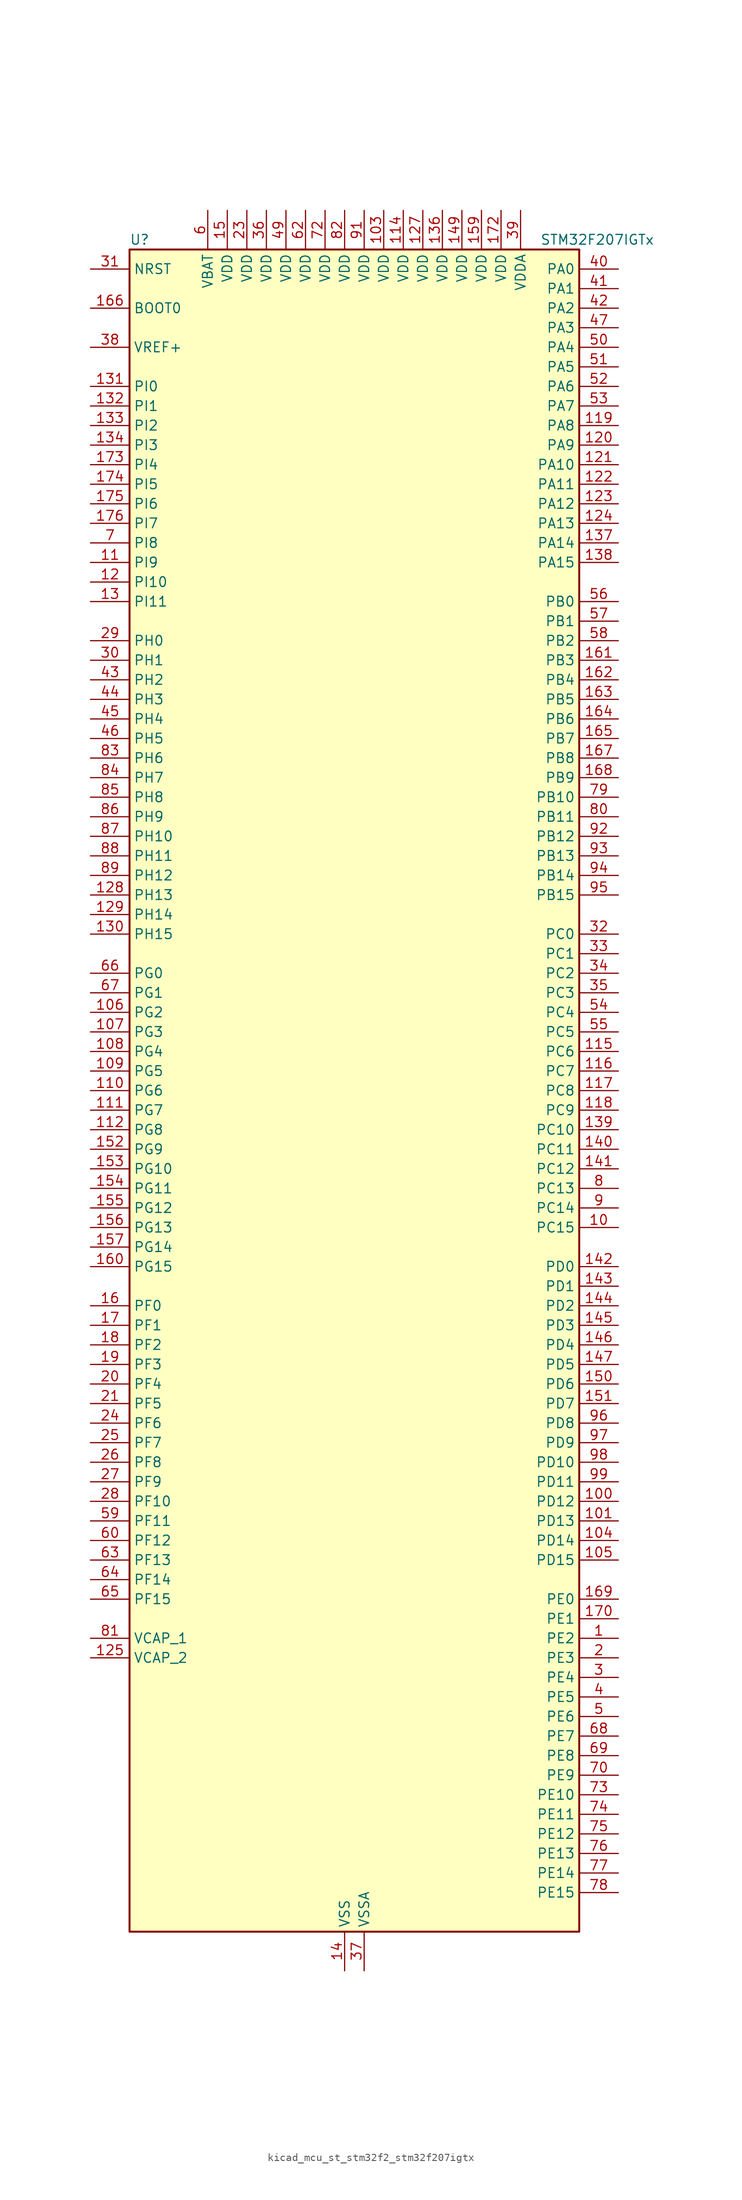
<source format=kicad_sym>
(kicad_symbol_lib
  (version 20220914)
  (generator kicad_symbol_editor)
  (symbol "kicad_mcu_st_stm32f2_stm32f207igtx"
    (property "Reference" "U"
      (at -27.94 110.49 0)
      (effects (font (size 1.27 1.27)) (justify left)))
    (property "Value" "STM32F207IGTx"
      (at 25.4 110.49 0)
      (effects (font (size 1.27 1.27)) (justify left)))
    (property "ki_locked" ""
      (at 0 0 0)
      (effects (font (size 1.27 1.27))))
    (symbol "kicad_mcu_st_stm32f2_stm32f207igtx_0_1"
      (rectangle (start -27.94 -109.22) (end 30.48 109.22) (stroke (width 0.254) (type default)) (fill (type background))))
    (symbol "kicad_mcu_st_stm32f2_stm32f207igtx_1_1"
      (pin bidirectional line (at 35.56 -71.12 180) (length 5.08) (name "PE2" (effects (font (size 1.27 1.27)))) (number "1" (effects (font (size 1.27 1.27)))) (alternate "ETH_TXD3" bidirectional line) (alternate "FSMC_A23" bidirectional line) (alternate "SYS_TRACECLK" bidirectional line))
      (pin bidirectional line (at 35.56 -17.78 180) (length 5.08) (name "PC15" (effects (font (size 1.27 1.27)))) (number "10" (effects (font (size 1.27 1.27)))) (alternate "ADC1_EXTI15" bidirectional line) (alternate "ADC2_EXTI15" bidirectional line) (alternate "ADC3_EXTI15" bidirectional line) (alternate "RCC_OSC32_OUT" bidirectional line))
      (pin bidirectional line (at 35.56 -53.34 180) (length 5.08) (name "PD12" (effects (font (size 1.27 1.27)))) (number "100" (effects (font (size 1.27 1.27)))) (alternate "FSMC_A17" bidirectional line) (alternate "FSMC_ALE" bidirectional line) (alternate "TIM4_CH1" bidirectional line) (alternate "USART3_RTS" bidirectional line))
      (pin bidirectional line (at 35.56 -55.88 180) (length 5.08) (name "PD13" (effects (font (size 1.27 1.27)))) (number "101" (effects (font (size 1.27 1.27)))) (alternate "FSMC_A18" bidirectional line) (alternate "TIM4_CH2" bidirectional line))
      (pin passive line (at 0 -114.3 90) (length 5.08) hide (name "VSS" (effects (font (size 1.27 1.27)))) (number "102" (effects (font (size 1.27 1.27)))))
      (pin power_in line (at 5.08 114.3 270) (length 5.08) (name "VDD" (effects (font (size 1.27 1.27)))) (number "103" (effects (font (size 1.27 1.27)))))
      (pin bidirectional line (at 35.56 -58.42 180) (length 5.08) (name "PD14" (effects (font (size 1.27 1.27)))) (number "104" (effects (font (size 1.27 1.27)))) (alternate "FSMC_D0" bidirectional line) (alternate "FSMC_DA0" bidirectional line) (alternate "TIM4_CH3" bidirectional line))
      (pin bidirectional line (at 35.56 -60.96 180) (length 5.08) (name "PD15" (effects (font (size 1.27 1.27)))) (number "105" (effects (font (size 1.27 1.27)))) (alternate "ADC1_EXTI15" bidirectional line) (alternate "ADC2_EXTI15" bidirectional line) (alternate "ADC3_EXTI15" bidirectional line) (alternate "FSMC_D1" bidirectional line) (alternate "FSMC_DA1" bidirectional line) (alternate "TIM4_CH4" bidirectional line))
      (pin bidirectional line (at -33.02 10.16 0) (length 5.08) (name "PG2" (effects (font (size 1.27 1.27)))) (number "106" (effects (font (size 1.27 1.27)))) (alternate "FSMC_A12" bidirectional line))
      (pin bidirectional line (at -33.02 7.62 0) (length 5.08) (name "PG3" (effects (font (size 1.27 1.27)))) (number "107" (effects (font (size 1.27 1.27)))) (alternate "FSMC_A13" bidirectional line))
      (pin bidirectional line (at -33.02 5.08 0) (length 5.08) (name "PG4" (effects (font (size 1.27 1.27)))) (number "108" (effects (font (size 1.27 1.27)))) (alternate "FSMC_A14" bidirectional line))
      (pin bidirectional line (at -33.02 2.54 0) (length 5.08) (name "PG5" (effects (font (size 1.27 1.27)))) (number "109" (effects (font (size 1.27 1.27)))) (alternate "FSMC_A15" bidirectional line))
      (pin bidirectional line (at -33.02 68.58 0) (length 5.08) (name "PI9" (effects (font (size 1.27 1.27)))) (number "11" (effects (font (size 1.27 1.27)))) (alternate "CAN1_RX" bidirectional line) (alternate "DAC_EXTI9" bidirectional line))
      (pin bidirectional line (at -33.02 0 0) (length 5.08) (name "PG6" (effects (font (size 1.27 1.27)))) (number "110" (effects (font (size 1.27 1.27)))) (alternate "FSMC_INT2" bidirectional line))
      (pin bidirectional line (at -33.02 -2.54 0) (length 5.08) (name "PG7" (effects (font (size 1.27 1.27)))) (number "111" (effects (font (size 1.27 1.27)))) (alternate "FSMC_INT3" bidirectional line) (alternate "USART6_CK" bidirectional line))
      (pin bidirectional line (at -33.02 -5.08 0) (length 5.08) (name "PG8" (effects (font (size 1.27 1.27)))) (number "112" (effects (font (size 1.27 1.27)))) (alternate "ETH_PPS_OUT" bidirectional line) (alternate "USART6_RTS" bidirectional line))
      (pin passive line (at 0 -114.3 90) (length 5.08) hide (name "VSS" (effects (font (size 1.27 1.27)))) (number "113" (effects (font (size 1.27 1.27)))))
      (pin power_in line (at 7.62 114.3 270) (length 5.08) (name "VDD" (effects (font (size 1.27 1.27)))) (number "114" (effects (font (size 1.27 1.27)))))
      (pin bidirectional line (at 35.56 5.08 180) (length 5.08) (name "PC6" (effects (font (size 1.27 1.27)))) (number "115" (effects (font (size 1.27 1.27)))) (alternate "DCMI_D0" bidirectional line) (alternate "I2S2_MCK" bidirectional line) (alternate "SDIO_D6" bidirectional line) (alternate "TIM3_CH1" bidirectional line) (alternate "TIM8_CH1" bidirectional line) (alternate "USART6_TX" bidirectional line))
      (pin bidirectional line (at 35.56 2.54 180) (length 5.08) (name "PC7" (effects (font (size 1.27 1.27)))) (number "116" (effects (font (size 1.27 1.27)))) (alternate "DCMI_D1" bidirectional line) (alternate "I2S3_MCK" bidirectional line) (alternate "SDIO_D7" bidirectional line) (alternate "TIM3_CH2" bidirectional line) (alternate "TIM8_CH2" bidirectional line) (alternate "USART6_RX" bidirectional line))
      (pin bidirectional line (at 35.56 0 180) (length 5.08) (name "PC8" (effects (font (size 1.27 1.27)))) (number "117" (effects (font (size 1.27 1.27)))) (alternate "DCMI_D2" bidirectional line) (alternate "SDIO_D0" bidirectional line) (alternate "TIM3_CH3" bidirectional line) (alternate "TIM8_CH3" bidirectional line) (alternate "USART6_CK" bidirectional line))
      (pin bidirectional line (at 35.56 -2.54 180) (length 5.08) (name "PC9" (effects (font (size 1.27 1.27)))) (number "118" (effects (font (size 1.27 1.27)))) (alternate "DAC_EXTI9" bidirectional line) (alternate "DCMI_D3" bidirectional line) (alternate "I2C3_SDA" bidirectional line) (alternate "I2S_CKIN" bidirectional line) (alternate "RCC_MCO_2" bidirectional line) (alternate "SDIO_D1" bidirectional line) (alternate "TIM3_CH4" bidirectional line) (alternate "TIM8_CH4" bidirectional line))
      (pin bidirectional line (at 35.56 86.36 180) (length 5.08) (name "PA8" (effects (font (size 1.27 1.27)))) (number "119" (effects (font (size 1.27 1.27)))) (alternate "I2C3_SCL" bidirectional line) (alternate "RCC_MCO_1" bidirectional line) (alternate "TIM1_CH1" bidirectional line) (alternate "USART1_CK" bidirectional line) (alternate "USB_OTG_FS_SOF" bidirectional line))
      (pin bidirectional line (at -33.02 66.04 0) (length 5.08) (name "PI10" (effects (font (size 1.27 1.27)))) (number "12" (effects (font (size 1.27 1.27)))) (alternate "ETH_RX_ER" bidirectional line))
      (pin bidirectional line (at 35.56 83.82 180) (length 5.08) (name "PA9" (effects (font (size 1.27 1.27)))) (number "120" (effects (font (size 1.27 1.27)))) (alternate "DAC_EXTI9" bidirectional line) (alternate "DCMI_D0" bidirectional line) (alternate "I2C3_SMBA" bidirectional line) (alternate "TIM1_CH2" bidirectional line) (alternate "USART1_TX" bidirectional line) (alternate "USB_OTG_FS_VBUS" bidirectional line))
      (pin bidirectional line (at 35.56 81.28 180) (length 5.08) (name "PA10" (effects (font (size 1.27 1.27)))) (number "121" (effects (font (size 1.27 1.27)))) (alternate "DCMI_D1" bidirectional line) (alternate "TIM1_CH3" bidirectional line) (alternate "USART1_RX" bidirectional line) (alternate "USB_OTG_FS_ID" bidirectional line))
      (pin bidirectional line (at 35.56 78.74 180) (length 5.08) (name "PA11" (effects (font (size 1.27 1.27)))) (number "122" (effects (font (size 1.27 1.27)))) (alternate "ADC1_EXTI11" bidirectional line) (alternate "ADC2_EXTI11" bidirectional line) (alternate "ADC3_EXTI11" bidirectional line) (alternate "CAN1_RX" bidirectional line) (alternate "TIM1_CH4" bidirectional line) (alternate "USART1_CTS" bidirectional line) (alternate "USB_OTG_FS_DM" bidirectional line))
      (pin bidirectional line (at 35.56 76.2 180) (length 5.08) (name "PA12" (effects (font (size 1.27 1.27)))) (number "123" (effects (font (size 1.27 1.27)))) (alternate "CAN1_TX" bidirectional line) (alternate "TIM1_ETR" bidirectional line) (alternate "USART1_RTS" bidirectional line) (alternate "USB_OTG_FS_DP" bidirectional line))
      (pin bidirectional line (at 35.56 73.66 180) (length 5.08) (name "PA13" (effects (font (size 1.27 1.27)))) (number "124" (effects (font (size 1.27 1.27)))) (alternate "SYS_JTMS-SWDIO" bidirectional line))
      (pin power_out line (at -33.02 -73.66 0) (length 5.08) (name "VCAP_2" (effects (font (size 1.27 1.27)))) (number "125" (effects (font (size 1.27 1.27)))))
      (pin passive line (at 0 -114.3 90) (length 5.08) hide (name "VSS" (effects (font (size 1.27 1.27)))) (number "126" (effects (font (size 1.27 1.27)))))
      (pin power_in line (at 10.16 114.3 270) (length 5.08) (name "VDD" (effects (font (size 1.27 1.27)))) (number "127" (effects (font (size 1.27 1.27)))))
      (pin bidirectional line (at -33.02 25.4 0) (length 5.08) (name "PH13" (effects (font (size 1.27 1.27)))) (number "128" (effects (font (size 1.27 1.27)))) (alternate "CAN1_TX" bidirectional line) (alternate "TIM8_CH1N" bidirectional line))
      (pin bidirectional line (at -33.02 22.86 0) (length 5.08) (name "PH14" (effects (font (size 1.27 1.27)))) (number "129" (effects (font (size 1.27 1.27)))) (alternate "DCMI_D4" bidirectional line) (alternate "TIM8_CH2N" bidirectional line))
      (pin bidirectional line (at -33.02 63.5 0) (length 5.08) (name "PI11" (effects (font (size 1.27 1.27)))) (number "13" (effects (font (size 1.27 1.27)))) (alternate "ADC1_EXTI11" bidirectional line) (alternate "ADC2_EXTI11" bidirectional line) (alternate "ADC3_EXTI11" bidirectional line) (alternate "USB_OTG_HS_ULPI_DIR" bidirectional line))
      (pin bidirectional line (at -33.02 20.32 0) (length 5.08) (name "PH15" (effects (font (size 1.27 1.27)))) (number "130" (effects (font (size 1.27 1.27)))) (alternate "ADC1_EXTI15" bidirectional line) (alternate "ADC2_EXTI15" bidirectional line) (alternate "ADC3_EXTI15" bidirectional line) (alternate "DCMI_D11" bidirectional line) (alternate "TIM8_CH3N" bidirectional line))
      (pin bidirectional line (at -33.02 91.44 0) (length 5.08) (name "PI0" (effects (font (size 1.27 1.27)))) (number "131" (effects (font (size 1.27 1.27)))) (alternate "DCMI_D13" bidirectional line) (alternate "I2S2_WS" bidirectional line) (alternate "SPI2_NSS" bidirectional line) (alternate "TIM5_CH4" bidirectional line))
      (pin bidirectional line (at -33.02 88.9 0) (length 5.08) (name "PI1" (effects (font (size 1.27 1.27)))) (number "132" (effects (font (size 1.27 1.27)))) (alternate "DCMI_D8" bidirectional line) (alternate "I2S2_SCK" bidirectional line) (alternate "SPI2_SCK" bidirectional line))
      (pin bidirectional line (at -33.02 86.36 0) (length 5.08) (name "PI2" (effects (font (size 1.27 1.27)))) (number "133" (effects (font (size 1.27 1.27)))) (alternate "DCMI_D9" bidirectional line) (alternate "SPI2_MISO" bidirectional line) (alternate "TIM8_CH4" bidirectional line))
      (pin bidirectional line (at -33.02 83.82 0) (length 5.08) (name "PI3" (effects (font (size 1.27 1.27)))) (number "134" (effects (font (size 1.27 1.27)))) (alternate "DCMI_D10" bidirectional line) (alternate "I2S2_SD" bidirectional line) (alternate "SPI2_MOSI" bidirectional line) (alternate "TIM8_ETR" bidirectional line))
      (pin passive line (at 0 -114.3 90) (length 5.08) hide (name "VSS" (effects (font (size 1.27 1.27)))) (number "135" (effects (font (size 1.27 1.27)))))
      (pin power_in line (at 12.7 114.3 270) (length 5.08) (name "VDD" (effects (font (size 1.27 1.27)))) (number "136" (effects (font (size 1.27 1.27)))))
      (pin bidirectional line (at 35.56 71.12 180) (length 5.08) (name "PA14" (effects (font (size 1.27 1.27)))) (number "137" (effects (font (size 1.27 1.27)))) (alternate "SYS_JTCK-SWCLK" bidirectional line))
      (pin bidirectional line (at 35.56 68.58 180) (length 5.08) (name "PA15" (effects (font (size 1.27 1.27)))) (number "138" (effects (font (size 1.27 1.27)))) (alternate "ADC1_EXTI15" bidirectional line) (alternate "ADC2_EXTI15" bidirectional line) (alternate "ADC3_EXTI15" bidirectional line) (alternate "I2S3_WS" bidirectional line) (alternate "SPI1_NSS" bidirectional line) (alternate "SPI3_NSS" bidirectional line) (alternate "SYS_JTDI" bidirectional line) (alternate "TIM2_CH1" bidirectional line) (alternate "TIM2_ETR" bidirectional line))
      (pin bidirectional line (at 35.56 -5.08 180) (length 5.08) (name "PC10" (effects (font (size 1.27 1.27)))) (number "139" (effects (font (size 1.27 1.27)))) (alternate "DCMI_D8" bidirectional line) (alternate "I2S3_SCK" bidirectional line) (alternate "SDIO_D2" bidirectional line) (alternate "SPI3_SCK" bidirectional line) (alternate "UART4_TX" bidirectional line) (alternate "USART3_TX" bidirectional line))
      (pin power_in line (at 0 -114.3 90) (length 5.08) (name "VSS" (effects (font (size 1.27 1.27)))) (number "14" (effects (font (size 1.27 1.27)))))
      (pin bidirectional line (at 35.56 -7.62 180) (length 5.08) (name "PC11" (effects (font (size 1.27 1.27)))) (number "140" (effects (font (size 1.27 1.27)))) (alternate "ADC1_EXTI11" bidirectional line) (alternate "ADC2_EXTI11" bidirectional line) (alternate "ADC3_EXTI11" bidirectional line) (alternate "DCMI_D4" bidirectional line) (alternate "SDIO_D3" bidirectional line) (alternate "SPI3_MISO" bidirectional line) (alternate "UART4_RX" bidirectional line) (alternate "USART3_RX" bidirectional line))
      (pin bidirectional line (at 35.56 -10.16 180) (length 5.08) (name "PC12" (effects (font (size 1.27 1.27)))) (number "141" (effects (font (size 1.27 1.27)))) (alternate "DCMI_D9" bidirectional line) (alternate "I2S3_SD" bidirectional line) (alternate "SDIO_CK" bidirectional line) (alternate "SPI3_MOSI" bidirectional line) (alternate "UART5_TX" bidirectional line) (alternate "USART3_CK" bidirectional line))
      (pin bidirectional line (at 35.56 -22.86 180) (length 5.08) (name "PD0" (effects (font (size 1.27 1.27)))) (number "142" (effects (font (size 1.27 1.27)))) (alternate "CAN1_RX" bidirectional line) (alternate "FSMC_D2" bidirectional line) (alternate "FSMC_DA2" bidirectional line))
      (pin bidirectional line (at 35.56 -25.4 180) (length 5.08) (name "PD1" (effects (font (size 1.27 1.27)))) (number "143" (effects (font (size 1.27 1.27)))) (alternate "CAN1_TX" bidirectional line) (alternate "FSMC_D3" bidirectional line) (alternate "FSMC_DA3" bidirectional line))
      (pin bidirectional line (at 35.56 -27.94 180) (length 5.08) (name "PD2" (effects (font (size 1.27 1.27)))) (number "144" (effects (font (size 1.27 1.27)))) (alternate "DCMI_D11" bidirectional line) (alternate "SDIO_CMD" bidirectional line) (alternate "TIM3_ETR" bidirectional line) (alternate "UART5_RX" bidirectional line))
      (pin bidirectional line (at 35.56 -30.48 180) (length 5.08) (name "PD3" (effects (font (size 1.27 1.27)))) (number "145" (effects (font (size 1.27 1.27)))) (alternate "FSMC_CLK" bidirectional line) (alternate "USART2_CTS" bidirectional line))
      (pin bidirectional line (at 35.56 -33.02 180) (length 5.08) (name "PD4" (effects (font (size 1.27 1.27)))) (number "146" (effects (font (size 1.27 1.27)))) (alternate "FSMC_NOE" bidirectional line) (alternate "USART2_RTS" bidirectional line))
      (pin bidirectional line (at 35.56 -35.56 180) (length 5.08) (name "PD5" (effects (font (size 1.27 1.27)))) (number "147" (effects (font (size 1.27 1.27)))) (alternate "FSMC_NWE" bidirectional line) (alternate "USART2_TX" bidirectional line))
      (pin passive line (at 0 -114.3 90) (length 5.08) hide (name "VSS" (effects (font (size 1.27 1.27)))) (number "148" (effects (font (size 1.27 1.27)))))
      (pin power_in line (at 15.24 114.3 270) (length 5.08) (name "VDD" (effects (font (size 1.27 1.27)))) (number "149" (effects (font (size 1.27 1.27)))))
      (pin power_in line (at -15.24 114.3 270) (length 5.08) (name "VDD" (effects (font (size 1.27 1.27)))) (number "15" (effects (font (size 1.27 1.27)))))
      (pin bidirectional line (at 35.56 -38.1 180) (length 5.08) (name "PD6" (effects (font (size 1.27 1.27)))) (number "150" (effects (font (size 1.27 1.27)))) (alternate "FSMC_NWAIT" bidirectional line) (alternate "USART2_RX" bidirectional line))
      (pin bidirectional line (at 35.56 -40.64 180) (length 5.08) (name "PD7" (effects (font (size 1.27 1.27)))) (number "151" (effects (font (size 1.27 1.27)))) (alternate "FSMC_NCE2" bidirectional line) (alternate "FSMC_NE1" bidirectional line) (alternate "USART2_CK" bidirectional line))
      (pin bidirectional line (at -33.02 -7.62 0) (length 5.08) (name "PG9" (effects (font (size 1.27 1.27)))) (number "152" (effects (font (size 1.27 1.27)))) (alternate "DAC_EXTI9" bidirectional line) (alternate "FSMC_NCE3" bidirectional line) (alternate "FSMC_NE2" bidirectional line) (alternate "USART6_RX" bidirectional line))
      (pin bidirectional line (at -33.02 -10.16 0) (length 5.08) (name "PG10" (effects (font (size 1.27 1.27)))) (number "153" (effects (font (size 1.27 1.27)))) (alternate "FSMC_NCE4_1" bidirectional line) (alternate "FSMC_NE3" bidirectional line))
      (pin bidirectional line (at -33.02 -12.7 0) (length 5.08) (name "PG11" (effects (font (size 1.27 1.27)))) (number "154" (effects (font (size 1.27 1.27)))) (alternate "ADC1_EXTI11" bidirectional line) (alternate "ADC2_EXTI11" bidirectional line) (alternate "ADC3_EXTI11" bidirectional line) (alternate "ETH_TX_EN" bidirectional line) (alternate "FSMC_NCE4_2" bidirectional line))
      (pin bidirectional line (at -33.02 -15.24 0) (length 5.08) (name "PG12" (effects (font (size 1.27 1.27)))) (number "155" (effects (font (size 1.27 1.27)))) (alternate "FSMC_NE4" bidirectional line) (alternate "USART6_RTS" bidirectional line))
      (pin bidirectional line (at -33.02 -17.78 0) (length 5.08) (name "PG13" (effects (font (size 1.27 1.27)))) (number "156" (effects (font (size 1.27 1.27)))) (alternate "ETH_TXD0" bidirectional line) (alternate "FSMC_A24" bidirectional line) (alternate "USART6_CTS" bidirectional line))
      (pin bidirectional line (at -33.02 -20.32 0) (length 5.08) (name "PG14" (effects (font (size 1.27 1.27)))) (number "157" (effects (font (size 1.27 1.27)))) (alternate "ETH_TXD1" bidirectional line) (alternate "FSMC_A25" bidirectional line) (alternate "USART6_TX" bidirectional line))
      (pin passive line (at 0 -114.3 90) (length 5.08) hide (name "VSS" (effects (font (size 1.27 1.27)))) (number "158" (effects (font (size 1.27 1.27)))))
      (pin power_in line (at 17.78 114.3 270) (length 5.08) (name "VDD" (effects (font (size 1.27 1.27)))) (number "159" (effects (font (size 1.27 1.27)))))
      (pin bidirectional line (at -33.02 -27.94 0) (length 5.08) (name "PF0" (effects (font (size 1.27 1.27)))) (number "16" (effects (font (size 1.27 1.27)))) (alternate "FSMC_A0" bidirectional line) (alternate "I2C2_SDA" bidirectional line))
      (pin bidirectional line (at -33.02 -22.86 0) (length 5.08) (name "PG15" (effects (font (size 1.27 1.27)))) (number "160" (effects (font (size 1.27 1.27)))) (alternate "ADC1_EXTI15" bidirectional line) (alternate "ADC2_EXTI15" bidirectional line) (alternate "ADC3_EXTI15" bidirectional line) (alternate "DCMI_D13" bidirectional line) (alternate "USART6_CTS" bidirectional line))
      (pin bidirectional line (at 35.56 55.88 180) (length 5.08) (name "PB3" (effects (font (size 1.27 1.27)))) (number "161" (effects (font (size 1.27 1.27)))) (alternate "I2S3_SCK" bidirectional line) (alternate "SPI1_SCK" bidirectional line) (alternate "SPI3_SCK" bidirectional line) (alternate "SYS_JTDO-SWO" bidirectional line) (alternate "TIM2_CH2" bidirectional line))
      (pin bidirectional line (at 35.56 53.34 180) (length 5.08) (name "PB4" (effects (font (size 1.27 1.27)))) (number "162" (effects (font (size 1.27 1.27)))) (alternate "SPI1_MISO" bidirectional line) (alternate "SPI3_MISO" bidirectional line) (alternate "SYS_JTRST" bidirectional line) (alternate "TIM3_CH1" bidirectional line))
      (pin bidirectional line (at 35.56 50.8 180) (length 5.08) (name "PB5" (effects (font (size 1.27 1.27)))) (number "163" (effects (font (size 1.27 1.27)))) (alternate "CAN2_RX" bidirectional line) (alternate "DCMI_D10" bidirectional line) (alternate "ETH_PPS_OUT" bidirectional line) (alternate "I2C1_SMBA" bidirectional line) (alternate "I2S3_SD" bidirectional line) (alternate "SPI1_MOSI" bidirectional line) (alternate "SPI3_MOSI" bidirectional line) (alternate "TIM3_CH2" bidirectional line) (alternate "USB_OTG_HS_ULPI_D7" bidirectional line))
      (pin bidirectional line (at 35.56 48.26 180) (length 5.08) (name "PB6" (effects (font (size 1.27 1.27)))) (number "164" (effects (font (size 1.27 1.27)))) (alternate "CAN2_TX" bidirectional line) (alternate "DCMI_D5" bidirectional line) (alternate "I2C1_SCL" bidirectional line) (alternate "TIM4_CH1" bidirectional line) (alternate "USART1_TX" bidirectional line))
      (pin bidirectional line (at 35.56 45.72 180) (length 5.08) (name "PB7" (effects (font (size 1.27 1.27)))) (number "165" (effects (font (size 1.27 1.27)))) (alternate "DCMI_VSYNC" bidirectional line) (alternate "FSMC_NL" bidirectional line) (alternate "I2C1_SDA" bidirectional line) (alternate "TIM4_CH2" bidirectional line) (alternate "USART1_RX" bidirectional line))
      (pin input line (at -33.02 101.6 0) (length 5.08) (name "BOOT0" (effects (font (size 1.27 1.27)))) (number "166" (effects (font (size 1.27 1.27)))))
      (pin bidirectional line (at 35.56 43.18 180) (length 5.08) (name "PB8" (effects (font (size 1.27 1.27)))) (number "167" (effects (font (size 1.27 1.27)))) (alternate "CAN1_RX" bidirectional line) (alternate "DCMI_D6" bidirectional line) (alternate "ETH_TXD3" bidirectional line) (alternate "I2C1_SCL" bidirectional line) (alternate "SDIO_D4" bidirectional line) (alternate "TIM10_CH1" bidirectional line) (alternate "TIM4_CH3" bidirectional line))
      (pin bidirectional line (at 35.56 40.64 180) (length 5.08) (name "PB9" (effects (font (size 1.27 1.27)))) (number "168" (effects (font (size 1.27 1.27)))) (alternate "CAN1_TX" bidirectional line) (alternate "DAC_EXTI9" bidirectional line) (alternate "DCMI_D7" bidirectional line) (alternate "I2C1_SDA" bidirectional line) (alternate "I2S2_WS" bidirectional line) (alternate "SDIO_D5" bidirectional line) (alternate "SPI2_NSS" bidirectional line) (alternate "TIM11_CH1" bidirectional line) (alternate "TIM4_CH4" bidirectional line))
      (pin bidirectional line (at 35.56 -66.04 180) (length 5.08) (name "PE0" (effects (font (size 1.27 1.27)))) (number "169" (effects (font (size 1.27 1.27)))) (alternate "DCMI_D2" bidirectional line) (alternate "FSMC_NBL0" bidirectional line) (alternate "TIM4_ETR" bidirectional line))
      (pin bidirectional line (at -33.02 -30.48 0) (length 5.08) (name "PF1" (effects (font (size 1.27 1.27)))) (number "17" (effects (font (size 1.27 1.27)))) (alternate "FSMC_A1" bidirectional line) (alternate "I2C2_SCL" bidirectional line))
      (pin bidirectional line (at 35.56 -68.58 180) (length 5.08) (name "PE1" (effects (font (size 1.27 1.27)))) (number "170" (effects (font (size 1.27 1.27)))) (alternate "DCMI_D3" bidirectional line) (alternate "FSMC_NBL1" bidirectional line))
      (pin no_connect line (at -27.94 -109.22 0) (length 5.08) hide (name "RFU" (effects (font (size 1.27 1.27)))) (number "171" (effects (font (size 1.27 1.27)))))
      (pin power_in line (at 20.32 114.3 270) (length 5.08) (name "VDD" (effects (font (size 1.27 1.27)))) (number "172" (effects (font (size 1.27 1.27)))))
      (pin bidirectional line (at -33.02 81.28 0) (length 5.08) (name "PI4" (effects (font (size 1.27 1.27)))) (number "173" (effects (font (size 1.27 1.27)))) (alternate "DCMI_D5" bidirectional line) (alternate "TIM8_BKIN" bidirectional line))
      (pin bidirectional line (at -33.02 78.74 0) (length 5.08) (name "PI5" (effects (font (size 1.27 1.27)))) (number "174" (effects (font (size 1.27 1.27)))) (alternate "DCMI_VSYNC" bidirectional line) (alternate "TIM8_CH1" bidirectional line))
      (pin bidirectional line (at -33.02 76.2 0) (length 5.08) (name "PI6" (effects (font (size 1.27 1.27)))) (number "175" (effects (font (size 1.27 1.27)))) (alternate "DCMI_D6" bidirectional line) (alternate "TIM8_CH2" bidirectional line))
      (pin bidirectional line (at -33.02 73.66 0) (length 5.08) (name "PI7" (effects (font (size 1.27 1.27)))) (number "176" (effects (font (size 1.27 1.27)))) (alternate "DCMI_D7" bidirectional line) (alternate "TIM8_CH3" bidirectional line))
      (pin bidirectional line (at -33.02 -33.02 0) (length 5.08) (name "PF2" (effects (font (size 1.27 1.27)))) (number "18" (effects (font (size 1.27 1.27)))) (alternate "FSMC_A2" bidirectional line) (alternate "I2C2_SMBA" bidirectional line))
      (pin bidirectional line (at -33.02 -35.56 0) (length 5.08) (name "PF3" (effects (font (size 1.27 1.27)))) (number "19" (effects (font (size 1.27 1.27)))) (alternate "ADC3_IN9" bidirectional line) (alternate "FSMC_A3" bidirectional line))
      (pin bidirectional line (at 35.56 -73.66 180) (length 5.08) (name "PE3" (effects (font (size 1.27 1.27)))) (number "2" (effects (font (size 1.27 1.27)))) (alternate "FSMC_A19" bidirectional line) (alternate "SYS_TRACED0" bidirectional line))
      (pin bidirectional line (at -33.02 -38.1 0) (length 5.08) (name "PF4" (effects (font (size 1.27 1.27)))) (number "20" (effects (font (size 1.27 1.27)))) (alternate "ADC3_IN14" bidirectional line) (alternate "FSMC_A4" bidirectional line))
      (pin bidirectional line (at -33.02 -40.64 0) (length 5.08) (name "PF5" (effects (font (size 1.27 1.27)))) (number "21" (effects (font (size 1.27 1.27)))) (alternate "ADC3_IN15" bidirectional line) (alternate "FSMC_A5" bidirectional line))
      (pin passive line (at 0 -114.3 90) (length 5.08) hide (name "VSS" (effects (font (size 1.27 1.27)))) (number "22" (effects (font (size 1.27 1.27)))))
      (pin power_in line (at -12.7 114.3 270) (length 5.08) (name "VDD" (effects (font (size 1.27 1.27)))) (number "23" (effects (font (size 1.27 1.27)))))
      (pin bidirectional line (at -33.02 -43.18 0) (length 5.08) (name "PF6" (effects (font (size 1.27 1.27)))) (number "24" (effects (font (size 1.27 1.27)))) (alternate "ADC3_IN4" bidirectional line) (alternate "FSMC_NIORD" bidirectional line) (alternate "TIM10_CH1" bidirectional line))
      (pin bidirectional line (at -33.02 -45.72 0) (length 5.08) (name "PF7" (effects (font (size 1.27 1.27)))) (number "25" (effects (font (size 1.27 1.27)))) (alternate "ADC3_IN5" bidirectional line) (alternate "FSMC_NREG" bidirectional line) (alternate "TIM11_CH1" bidirectional line))
      (pin bidirectional line (at -33.02 -48.26 0) (length 5.08) (name "PF8" (effects (font (size 1.27 1.27)))) (number "26" (effects (font (size 1.27 1.27)))) (alternate "ADC3_IN6" bidirectional line) (alternate "FSMC_NIOWR" bidirectional line) (alternate "TIM13_CH1" bidirectional line))
      (pin bidirectional line (at -33.02 -50.8 0) (length 5.08) (name "PF9" (effects (font (size 1.27 1.27)))) (number "27" (effects (font (size 1.27 1.27)))) (alternate "ADC3_IN7" bidirectional line) (alternate "DAC_EXTI9" bidirectional line) (alternate "FSMC_CD" bidirectional line) (alternate "TIM14_CH1" bidirectional line))
      (pin bidirectional line (at -33.02 -53.34 0) (length 5.08) (name "PF10" (effects (font (size 1.27 1.27)))) (number "28" (effects (font (size 1.27 1.27)))) (alternate "ADC3_IN8" bidirectional line) (alternate "FSMC_INTR" bidirectional line))
      (pin bidirectional line (at -33.02 58.42 0) (length 5.08) (name "PH0" (effects (font (size 1.27 1.27)))) (number "29" (effects (font (size 1.27 1.27)))) (alternate "RCC_OSC_IN" bidirectional line))
      (pin bidirectional line (at 35.56 -76.2 180) (length 5.08) (name "PE4" (effects (font (size 1.27 1.27)))) (number "3" (effects (font (size 1.27 1.27)))) (alternate "DCMI_D4" bidirectional line) (alternate "FSMC_A20" bidirectional line) (alternate "SYS_TRACED1" bidirectional line))
      (pin bidirectional line (at -33.02 55.88 0) (length 5.08) (name "PH1" (effects (font (size 1.27 1.27)))) (number "30" (effects (font (size 1.27 1.27)))) (alternate "RCC_OSC_OUT" bidirectional line))
      (pin input line (at -33.02 106.68 0) (length 5.08) (name "NRST" (effects (font (size 1.27 1.27)))) (number "31" (effects (font (size 1.27 1.27)))))
      (pin bidirectional line (at 35.56 20.32 180) (length 5.08) (name "PC0" (effects (font (size 1.27 1.27)))) (number "32" (effects (font (size 1.27 1.27)))) (alternate "ADC1_IN10" bidirectional line) (alternate "ADC2_IN10" bidirectional line) (alternate "ADC3_IN10" bidirectional line) (alternate "USB_OTG_HS_ULPI_STP" bidirectional line))
      (pin bidirectional line (at 35.56 17.78 180) (length 5.08) (name "PC1" (effects (font (size 1.27 1.27)))) (number "33" (effects (font (size 1.27 1.27)))) (alternate "ADC1_IN11" bidirectional line) (alternate "ADC2_IN11" bidirectional line) (alternate "ADC3_IN11" bidirectional line) (alternate "ETH_MDC" bidirectional line))
      (pin bidirectional line (at 35.56 15.24 180) (length 5.08) (name "PC2" (effects (font (size 1.27 1.27)))) (number "34" (effects (font (size 1.27 1.27)))) (alternate "ADC1_IN12" bidirectional line) (alternate "ADC2_IN12" bidirectional line) (alternate "ADC3_IN12" bidirectional line) (alternate "ETH_TXD2" bidirectional line) (alternate "SPI2_MISO" bidirectional line) (alternate "USB_OTG_HS_ULPI_DIR" bidirectional line))
      (pin bidirectional line (at 35.56 12.7 180) (length 5.08) (name "PC3" (effects (font (size 1.27 1.27)))) (number "35" (effects (font (size 1.27 1.27)))) (alternate "ADC1_IN13" bidirectional line) (alternate "ADC2_IN13" bidirectional line) (alternate "ADC3_IN13" bidirectional line) (alternate "ETH_TX_CLK" bidirectional line) (alternate "I2S2_SD" bidirectional line) (alternate "SPI2_MOSI" bidirectional line) (alternate "USB_OTG_HS_ULPI_NXT" bidirectional line))
      (pin power_in line (at -10.16 114.3 270) (length 5.08) (name "VDD" (effects (font (size 1.27 1.27)))) (number "36" (effects (font (size 1.27 1.27)))))
      (pin power_in line (at 2.54 -114.3 90) (length 5.08) (name "VSSA" (effects (font (size 1.27 1.27)))) (number "37" (effects (font (size 1.27 1.27)))))
      (pin input line (at -33.02 96.52 0) (length 5.08) (name "VREF+" (effects (font (size 1.27 1.27)))) (number "38" (effects (font (size 1.27 1.27)))))
      (pin power_in line (at 22.86 114.3 270) (length 5.08) (name "VDDA" (effects (font (size 1.27 1.27)))) (number "39" (effects (font (size 1.27 1.27)))))
      (pin bidirectional line (at 35.56 -78.74 180) (length 5.08) (name "PE5" (effects (font (size 1.27 1.27)))) (number "4" (effects (font (size 1.27 1.27)))) (alternate "DCMI_D6" bidirectional line) (alternate "FSMC_A21" bidirectional line) (alternate "SYS_TRACED2" bidirectional line) (alternate "TIM9_CH1" bidirectional line))
      (pin bidirectional line (at 35.56 106.68 180) (length 5.08) (name "PA0" (effects (font (size 1.27 1.27)))) (number "40" (effects (font (size 1.27 1.27)))) (alternate "ADC1_IN0" bidirectional line) (alternate "ADC2_IN0" bidirectional line) (alternate "ADC3_IN0" bidirectional line) (alternate "ETH_CRS" bidirectional line) (alternate "SYS_WKUP" bidirectional line) (alternate "TIM2_CH1" bidirectional line) (alternate "TIM2_ETR" bidirectional line) (alternate "TIM5_CH1" bidirectional line) (alternate "TIM8_ETR" bidirectional line) (alternate "UART4_TX" bidirectional line) (alternate "USART2_CTS" bidirectional line))
      (pin bidirectional line (at 35.56 104.14 180) (length 5.08) (name "PA1" (effects (font (size 1.27 1.27)))) (number "41" (effects (font (size 1.27 1.27)))) (alternate "ADC1_IN1" bidirectional line) (alternate "ADC2_IN1" bidirectional line) (alternate "ADC3_IN1" bidirectional line) (alternate "ETH_REF_CLK" bidirectional line) (alternate "ETH_RX_CLK" bidirectional line) (alternate "TIM2_CH2" bidirectional line) (alternate "TIM5_CH2" bidirectional line) (alternate "UART4_RX" bidirectional line) (alternate "USART2_RTS" bidirectional line))
      (pin bidirectional line (at 35.56 101.6 180) (length 5.08) (name "PA2" (effects (font (size 1.27 1.27)))) (number "42" (effects (font (size 1.27 1.27)))) (alternate "ADC1_IN2" bidirectional line) (alternate "ADC2_IN2" bidirectional line) (alternate "ADC3_IN2" bidirectional line) (alternate "ETH_MDIO" bidirectional line) (alternate "TIM2_CH3" bidirectional line) (alternate "TIM5_CH3" bidirectional line) (alternate "TIM9_CH1" bidirectional line) (alternate "USART2_TX" bidirectional line))
      (pin bidirectional line (at -33.02 53.34 0) (length 5.08) (name "PH2" (effects (font (size 1.27 1.27)))) (number "43" (effects (font (size 1.27 1.27)))) (alternate "ETH_CRS" bidirectional line))
      (pin bidirectional line (at -33.02 50.8 0) (length 5.08) (name "PH3" (effects (font (size 1.27 1.27)))) (number "44" (effects (font (size 1.27 1.27)))) (alternate "ETH_COL" bidirectional line))
      (pin bidirectional line (at -33.02 48.26 0) (length 5.08) (name "PH4" (effects (font (size 1.27 1.27)))) (number "45" (effects (font (size 1.27 1.27)))) (alternate "I2C2_SCL" bidirectional line) (alternate "USB_OTG_HS_ULPI_NXT" bidirectional line))
      (pin bidirectional line (at -33.02 45.72 0) (length 5.08) (name "PH5" (effects (font (size 1.27 1.27)))) (number "46" (effects (font (size 1.27 1.27)))) (alternate "I2C2_SDA" bidirectional line))
      (pin bidirectional line (at 35.56 99.06 180) (length 5.08) (name "PA3" (effects (font (size 1.27 1.27)))) (number "47" (effects (font (size 1.27 1.27)))) (alternate "ADC1_IN3" bidirectional line) (alternate "ADC2_IN3" bidirectional line) (alternate "ADC3_IN3" bidirectional line) (alternate "ETH_COL" bidirectional line) (alternate "TIM2_CH4" bidirectional line) (alternate "TIM5_CH4" bidirectional line) (alternate "TIM9_CH2" bidirectional line) (alternate "USART2_RX" bidirectional line) (alternate "USB_OTG_HS_ULPI_D0" bidirectional line))
      (pin passive line (at 0 -114.3 90) (length 5.08) hide (name "VSS" (effects (font (size 1.27 1.27)))) (number "48" (effects (font (size 1.27 1.27)))))
      (pin power_in line (at -7.62 114.3 270) (length 5.08) (name "VDD" (effects (font (size 1.27 1.27)))) (number "49" (effects (font (size 1.27 1.27)))))
      (pin bidirectional line (at 35.56 -81.28 180) (length 5.08) (name "PE6" (effects (font (size 1.27 1.27)))) (number "5" (effects (font (size 1.27 1.27)))) (alternate "DCMI_D7" bidirectional line) (alternate "FSMC_A22" bidirectional line) (alternate "SYS_TRACED3" bidirectional line) (alternate "TIM9_CH2" bidirectional line))
      (pin bidirectional line (at 35.56 96.52 180) (length 5.08) (name "PA4" (effects (font (size 1.27 1.27)))) (number "50" (effects (font (size 1.27 1.27)))) (alternate "ADC1_IN4" bidirectional line) (alternate "ADC2_IN4" bidirectional line) (alternate "DAC_OUT1" bidirectional line) (alternate "DCMI_HSYNC" bidirectional line) (alternate "I2S3_WS" bidirectional line) (alternate "SPI1_NSS" bidirectional line) (alternate "SPI3_NSS" bidirectional line) (alternate "USART2_CK" bidirectional line) (alternate "USB_OTG_HS_SOF" bidirectional line))
      (pin bidirectional line (at 35.56 93.98 180) (length 5.08) (name "PA5" (effects (font (size 1.27 1.27)))) (number "51" (effects (font (size 1.27 1.27)))) (alternate "ADC1_IN5" bidirectional line) (alternate "ADC2_IN5" bidirectional line) (alternate "DAC_OUT2" bidirectional line) (alternate "SPI1_SCK" bidirectional line) (alternate "TIM2_CH1" bidirectional line) (alternate "TIM2_ETR" bidirectional line) (alternate "TIM8_CH1N" bidirectional line) (alternate "USB_OTG_HS_ULPI_CK" bidirectional line))
      (pin bidirectional line (at 35.56 91.44 180) (length 5.08) (name "PA6" (effects (font (size 1.27 1.27)))) (number "52" (effects (font (size 1.27 1.27)))) (alternate "ADC1_IN6" bidirectional line) (alternate "ADC2_IN6" bidirectional line) (alternate "DCMI_PIXCLK" bidirectional line) (alternate "SPI1_MISO" bidirectional line) (alternate "TIM13_CH1" bidirectional line) (alternate "TIM1_BKIN" bidirectional line) (alternate "TIM3_CH1" bidirectional line) (alternate "TIM8_BKIN" bidirectional line))
      (pin bidirectional line (at 35.56 88.9 180) (length 5.08) (name "PA7" (effects (font (size 1.27 1.27)))) (number "53" (effects (font (size 1.27 1.27)))) (alternate "ADC1_IN7" bidirectional line) (alternate "ADC2_IN7" bidirectional line) (alternate "ETH_CRS_DV" bidirectional line) (alternate "ETH_RX_DV" bidirectional line) (alternate "SPI1_MOSI" bidirectional line) (alternate "TIM14_CH1" bidirectional line) (alternate "TIM1_CH1N" bidirectional line) (alternate "TIM3_CH2" bidirectional line) (alternate "TIM8_CH1N" bidirectional line))
      (pin bidirectional line (at 35.56 10.16 180) (length 5.08) (name "PC4" (effects (font (size 1.27 1.27)))) (number "54" (effects (font (size 1.27 1.27)))) (alternate "ADC1_IN14" bidirectional line) (alternate "ADC2_IN14" bidirectional line) (alternate "ETH_RXD0" bidirectional line))
      (pin bidirectional line (at 35.56 7.62 180) (length 5.08) (name "PC5" (effects (font (size 1.27 1.27)))) (number "55" (effects (font (size 1.27 1.27)))) (alternate "ADC1_IN15" bidirectional line) (alternate "ADC2_IN15" bidirectional line) (alternate "ETH_RXD1" bidirectional line))
      (pin bidirectional line (at 35.56 63.5 180) (length 5.08) (name "PB0" (effects (font (size 1.27 1.27)))) (number "56" (effects (font (size 1.27 1.27)))) (alternate "ADC1_IN8" bidirectional line) (alternate "ADC2_IN8" bidirectional line) (alternate "ETH_RXD2" bidirectional line) (alternate "TIM1_CH2N" bidirectional line) (alternate "TIM3_CH3" bidirectional line) (alternate "TIM8_CH2N" bidirectional line) (alternate "USB_OTG_HS_ULPI_D1" bidirectional line))
      (pin bidirectional line (at 35.56 60.96 180) (length 5.08) (name "PB1" (effects (font (size 1.27 1.27)))) (number "57" (effects (font (size 1.27 1.27)))) (alternate "ADC1_IN9" bidirectional line) (alternate "ADC2_IN9" bidirectional line) (alternate "ETH_RXD3" bidirectional line) (alternate "TIM1_CH3N" bidirectional line) (alternate "TIM3_CH4" bidirectional line) (alternate "TIM8_CH3N" bidirectional line) (alternate "USB_OTG_HS_ULPI_D2" bidirectional line))
      (pin bidirectional line (at 35.56 58.42 180) (length 5.08) (name "PB2" (effects (font (size 1.27 1.27)))) (number "58" (effects (font (size 1.27 1.27)))))
      (pin bidirectional line (at -33.02 -55.88 0) (length 5.08) (name "PF11" (effects (font (size 1.27 1.27)))) (number "59" (effects (font (size 1.27 1.27)))) (alternate "ADC1_EXTI11" bidirectional line) (alternate "ADC2_EXTI11" bidirectional line) (alternate "ADC3_EXTI11" bidirectional line) (alternate "DCMI_D12" bidirectional line))
      (pin power_in line (at -17.78 114.3 270) (length 5.08) (name "VBAT" (effects (font (size 1.27 1.27)))) (number "6" (effects (font (size 1.27 1.27)))))
      (pin bidirectional line (at -33.02 -58.42 0) (length 5.08) (name "PF12" (effects (font (size 1.27 1.27)))) (number "60" (effects (font (size 1.27 1.27)))) (alternate "FSMC_A6" bidirectional line))
      (pin passive line (at 0 -114.3 90) (length 5.08) hide (name "VSS" (effects (font (size 1.27 1.27)))) (number "61" (effects (font (size 1.27 1.27)))))
      (pin power_in line (at -5.08 114.3 270) (length 5.08) (name "VDD" (effects (font (size 1.27 1.27)))) (number "62" (effects (font (size 1.27 1.27)))))
      (pin bidirectional line (at -33.02 -60.96 0) (length 5.08) (name "PF13" (effects (font (size 1.27 1.27)))) (number "63" (effects (font (size 1.27 1.27)))) (alternate "FSMC_A7" bidirectional line))
      (pin bidirectional line (at -33.02 -63.5 0) (length 5.08) (name "PF14" (effects (font (size 1.27 1.27)))) (number "64" (effects (font (size 1.27 1.27)))) (alternate "FSMC_A8" bidirectional line))
      (pin bidirectional line (at -33.02 -66.04 0) (length 5.08) (name "PF15" (effects (font (size 1.27 1.27)))) (number "65" (effects (font (size 1.27 1.27)))) (alternate "ADC1_EXTI15" bidirectional line) (alternate "ADC2_EXTI15" bidirectional line) (alternate "ADC3_EXTI15" bidirectional line) (alternate "FSMC_A9" bidirectional line))
      (pin bidirectional line (at -33.02 15.24 0) (length 5.08) (name "PG0" (effects (font (size 1.27 1.27)))) (number "66" (effects (font (size 1.27 1.27)))) (alternate "FSMC_A10" bidirectional line))
      (pin bidirectional line (at -33.02 12.7 0) (length 5.08) (name "PG1" (effects (font (size 1.27 1.27)))) (number "67" (effects (font (size 1.27 1.27)))) (alternate "FSMC_A11" bidirectional line))
      (pin bidirectional line (at 35.56 -83.82 180) (length 5.08) (name "PE7" (effects (font (size 1.27 1.27)))) (number "68" (effects (font (size 1.27 1.27)))) (alternate "FSMC_D4" bidirectional line) (alternate "FSMC_DA4" bidirectional line) (alternate "TIM1_ETR" bidirectional line))
      (pin bidirectional line (at 35.56 -86.36 180) (length 5.08) (name "PE8" (effects (font (size 1.27 1.27)))) (number "69" (effects (font (size 1.27 1.27)))) (alternate "FSMC_D5" bidirectional line) (alternate "FSMC_DA5" bidirectional line) (alternate "TIM1_CH1N" bidirectional line))
      (pin bidirectional line (at -33.02 71.12 0) (length 5.08) (name "PI8" (effects (font (size 1.27 1.27)))) (number "7" (effects (font (size 1.27 1.27)))) (alternate "RTC_AF2" bidirectional line))
      (pin bidirectional line (at 35.56 -88.9 180) (length 5.08) (name "PE9" (effects (font (size 1.27 1.27)))) (number "70" (effects (font (size 1.27 1.27)))) (alternate "DAC_EXTI9" bidirectional line) (alternate "FSMC_D6" bidirectional line) (alternate "FSMC_DA6" bidirectional line) (alternate "TIM1_CH1" bidirectional line))
      (pin passive line (at 0 -114.3 90) (length 5.08) hide (name "VSS" (effects (font (size 1.27 1.27)))) (number "71" (effects (font (size 1.27 1.27)))))
      (pin power_in line (at -2.54 114.3 270) (length 5.08) (name "VDD" (effects (font (size 1.27 1.27)))) (number "72" (effects (font (size 1.27 1.27)))))
      (pin bidirectional line (at 35.56 -91.44 180) (length 5.08) (name "PE10" (effects (font (size 1.27 1.27)))) (number "73" (effects (font (size 1.27 1.27)))) (alternate "FSMC_D7" bidirectional line) (alternate "FSMC_DA7" bidirectional line) (alternate "TIM1_CH2N" bidirectional line))
      (pin bidirectional line (at 35.56 -93.98 180) (length 5.08) (name "PE11" (effects (font (size 1.27 1.27)))) (number "74" (effects (font (size 1.27 1.27)))) (alternate "ADC1_EXTI11" bidirectional line) (alternate "ADC2_EXTI11" bidirectional line) (alternate "ADC3_EXTI11" bidirectional line) (alternate "FSMC_D8" bidirectional line) (alternate "FSMC_DA8" bidirectional line) (alternate "TIM1_CH2" bidirectional line))
      (pin bidirectional line (at 35.56 -96.52 180) (length 5.08) (name "PE12" (effects (font (size 1.27 1.27)))) (number "75" (effects (font (size 1.27 1.27)))) (alternate "FSMC_D9" bidirectional line) (alternate "FSMC_DA9" bidirectional line) (alternate "TIM1_CH3N" bidirectional line))
      (pin bidirectional line (at 35.56 -99.06 180) (length 5.08) (name "PE13" (effects (font (size 1.27 1.27)))) (number "76" (effects (font (size 1.27 1.27)))) (alternate "FSMC_D10" bidirectional line) (alternate "FSMC_DA10" bidirectional line) (alternate "TIM1_CH3" bidirectional line))
      (pin bidirectional line (at 35.56 -101.6 180) (length 5.08) (name "PE14" (effects (font (size 1.27 1.27)))) (number "77" (effects (font (size 1.27 1.27)))) (alternate "FSMC_D11" bidirectional line) (alternate "FSMC_DA11" bidirectional line) (alternate "TIM1_CH4" bidirectional line))
      (pin bidirectional line (at 35.56 -104.14 180) (length 5.08) (name "PE15" (effects (font (size 1.27 1.27)))) (number "78" (effects (font (size 1.27 1.27)))) (alternate "ADC1_EXTI15" bidirectional line) (alternate "ADC2_EXTI15" bidirectional line) (alternate "ADC3_EXTI15" bidirectional line) (alternate "FSMC_D12" bidirectional line) (alternate "FSMC_DA12" bidirectional line) (alternate "TIM1_BKIN" bidirectional line))
      (pin bidirectional line (at 35.56 38.1 180) (length 5.08) (name "PB10" (effects (font (size 1.27 1.27)))) (number "79" (effects (font (size 1.27 1.27)))) (alternate "ETH_RX_ER" bidirectional line) (alternate "I2C2_SCL" bidirectional line) (alternate "I2S2_SCK" bidirectional line) (alternate "SPI2_SCK" bidirectional line) (alternate "TIM2_CH3" bidirectional line) (alternate "USART3_TX" bidirectional line) (alternate "USB_OTG_HS_ULPI_D3" bidirectional line))
      (pin bidirectional line (at 35.56 -12.7 180) (length 5.08) (name "PC13" (effects (font (size 1.27 1.27)))) (number "8" (effects (font (size 1.27 1.27)))) (alternate "RTC_AF1" bidirectional line))
      (pin bidirectional line (at 35.56 35.56 180) (length 5.08) (name "PB11" (effects (font (size 1.27 1.27)))) (number "80" (effects (font (size 1.27 1.27)))) (alternate "ADC1_EXTI11" bidirectional line) (alternate "ADC2_EXTI11" bidirectional line) (alternate "ADC3_EXTI11" bidirectional line) (alternate "ETH_TX_EN" bidirectional line) (alternate "I2C2_SDA" bidirectional line) (alternate "TIM2_CH4" bidirectional line) (alternate "USART3_RX" bidirectional line) (alternate "USB_OTG_HS_ULPI_D4" bidirectional line))
      (pin power_out line (at -33.02 -71.12 0) (length 5.08) (name "VCAP_1" (effects (font (size 1.27 1.27)))) (number "81" (effects (font (size 1.27 1.27)))))
      (pin power_in line (at 0 114.3 270) (length 5.08) (name "VDD" (effects (font (size 1.27 1.27)))) (number "82" (effects (font (size 1.27 1.27)))))
      (pin bidirectional line (at -33.02 43.18 0) (length 5.08) (name "PH6" (effects (font (size 1.27 1.27)))) (number "83" (effects (font (size 1.27 1.27)))) (alternate "ETH_RXD2" bidirectional line) (alternate "I2C2_SMBA" bidirectional line) (alternate "TIM12_CH1" bidirectional line))
      (pin bidirectional line (at -33.02 40.64 0) (length 5.08) (name "PH7" (effects (font (size 1.27 1.27)))) (number "84" (effects (font (size 1.27 1.27)))) (alternate "ETH_RXD3" bidirectional line) (alternate "I2C3_SCL" bidirectional line))
      (pin bidirectional line (at -33.02 38.1 0) (length 5.08) (name "PH8" (effects (font (size 1.27 1.27)))) (number "85" (effects (font (size 1.27 1.27)))) (alternate "DCMI_HSYNC" bidirectional line) (alternate "I2C3_SDA" bidirectional line))
      (pin bidirectional line (at -33.02 35.56 0) (length 5.08) (name "PH9" (effects (font (size 1.27 1.27)))) (number "86" (effects (font (size 1.27 1.27)))) (alternate "DAC_EXTI9" bidirectional line) (alternate "DCMI_D0" bidirectional line) (alternate "I2C3_SMBA" bidirectional line) (alternate "TIM12_CH2" bidirectional line))
      (pin bidirectional line (at -33.02 33.02 0) (length 5.08) (name "PH10" (effects (font (size 1.27 1.27)))) (number "87" (effects (font (size 1.27 1.27)))) (alternate "DCMI_D1" bidirectional line) (alternate "TIM5_CH1" bidirectional line))
      (pin bidirectional line (at -33.02 30.48 0) (length 5.08) (name "PH11" (effects (font (size 1.27 1.27)))) (number "88" (effects (font (size 1.27 1.27)))) (alternate "ADC1_EXTI11" bidirectional line) (alternate "ADC2_EXTI11" bidirectional line) (alternate "ADC3_EXTI11" bidirectional line) (alternate "DCMI_D2" bidirectional line) (alternate "TIM5_CH2" bidirectional line))
      (pin bidirectional line (at -33.02 27.94 0) (length 5.08) (name "PH12" (effects (font (size 1.27 1.27)))) (number "89" (effects (font (size 1.27 1.27)))) (alternate "DCMI_D3" bidirectional line) (alternate "TIM5_CH3" bidirectional line))
      (pin bidirectional line (at 35.56 -15.24 180) (length 5.08) (name "PC14" (effects (font (size 1.27 1.27)))) (number "9" (effects (font (size 1.27 1.27)))) (alternate "RCC_OSC32_IN" bidirectional line))
      (pin passive line (at 0 -114.3 90) (length 5.08) hide (name "VSS" (effects (font (size 1.27 1.27)))) (number "90" (effects (font (size 1.27 1.27)))))
      (pin power_in line (at 2.54 114.3 270) (length 5.08) (name "VDD" (effects (font (size 1.27 1.27)))) (number "91" (effects (font (size 1.27 1.27)))))
      (pin bidirectional line (at 35.56 33.02 180) (length 5.08) (name "PB12" (effects (font (size 1.27 1.27)))) (number "92" (effects (font (size 1.27 1.27)))) (alternate "CAN2_RX" bidirectional line) (alternate "ETH_TXD0" bidirectional line) (alternate "I2C2_SMBA" bidirectional line) (alternate "I2S2_WS" bidirectional line) (alternate "SPI2_NSS" bidirectional line) (alternate "TIM1_BKIN" bidirectional line) (alternate "USART3_CK" bidirectional line) (alternate "USB_OTG_HS_ID" bidirectional line) (alternate "USB_OTG_HS_ULPI_D5" bidirectional line))
      (pin bidirectional line (at 35.56 30.48 180) (length 5.08) (name "PB13" (effects (font (size 1.27 1.27)))) (number "93" (effects (font (size 1.27 1.27)))) (alternate "CAN2_TX" bidirectional line) (alternate "ETH_TXD1" bidirectional line) (alternate "I2S2_SCK" bidirectional line) (alternate "SPI2_SCK" bidirectional line) (alternate "TIM1_CH1N" bidirectional line) (alternate "USART3_CTS" bidirectional line) (alternate "USB_OTG_HS_ULPI_D6" bidirectional line) (alternate "USB_OTG_HS_VBUS" bidirectional line))
      (pin bidirectional line (at 35.56 27.94 180) (length 5.08) (name "PB14" (effects (font (size 1.27 1.27)))) (number "94" (effects (font (size 1.27 1.27)))) (alternate "SPI2_MISO" bidirectional line) (alternate "TIM12_CH1" bidirectional line) (alternate "TIM1_CH2N" bidirectional line) (alternate "TIM8_CH2N" bidirectional line) (alternate "USART3_RTS" bidirectional line) (alternate "USB_OTG_HS_DM" bidirectional line))
      (pin bidirectional line (at 35.56 25.4 180) (length 5.08) (name "PB15" (effects (font (size 1.27 1.27)))) (number "95" (effects (font (size 1.27 1.27)))) (alternate "ADC1_EXTI15" bidirectional line) (alternate "ADC2_EXTI15" bidirectional line) (alternate "ADC3_EXTI15" bidirectional line) (alternate "I2S2_SD" bidirectional line) (alternate "RTC_REFIN" bidirectional line) (alternate "SPI2_MOSI" bidirectional line) (alternate "TIM12_CH2" bidirectional line) (alternate "TIM1_CH3N" bidirectional line) (alternate "TIM8_CH3N" bidirectional line) (alternate "USB_OTG_HS_DP" bidirectional line))
      (pin bidirectional line (at 35.56 -43.18 180) (length 5.08) (name "PD8" (effects (font (size 1.27 1.27)))) (number "96" (effects (font (size 1.27 1.27)))) (alternate "FSMC_D13" bidirectional line) (alternate "FSMC_DA13" bidirectional line) (alternate "USART3_TX" bidirectional line))
      (pin bidirectional line (at 35.56 -45.72 180) (length 5.08) (name "PD9" (effects (font (size 1.27 1.27)))) (number "97" (effects (font (size 1.27 1.27)))) (alternate "DAC_EXTI9" bidirectional line) (alternate "FSMC_D14" bidirectional line) (alternate "FSMC_DA14" bidirectional line) (alternate "USART3_RX" bidirectional line))
      (pin bidirectional line (at 35.56 -48.26 180) (length 5.08) (name "PD10" (effects (font (size 1.27 1.27)))) (number "98" (effects (font (size 1.27 1.27)))) (alternate "FSMC_D15" bidirectional line) (alternate "FSMC_DA15" bidirectional line) (alternate "USART3_CK" bidirectional line))
      (pin bidirectional line (at 35.56 -50.8 180) (length 5.08) (name "PD11" (effects (font (size 1.27 1.27)))) (number "99" (effects (font (size 1.27 1.27)))) (alternate "ADC1_EXTI11" bidirectional line) (alternate "ADC2_EXTI11" bidirectional line) (alternate "ADC3_EXTI11" bidirectional line) (alternate "FSMC_A16" bidirectional line) (alternate "FSMC_CLE" bidirectional line) (alternate "USART3_CTS" bidirectional line)))))
</source>
